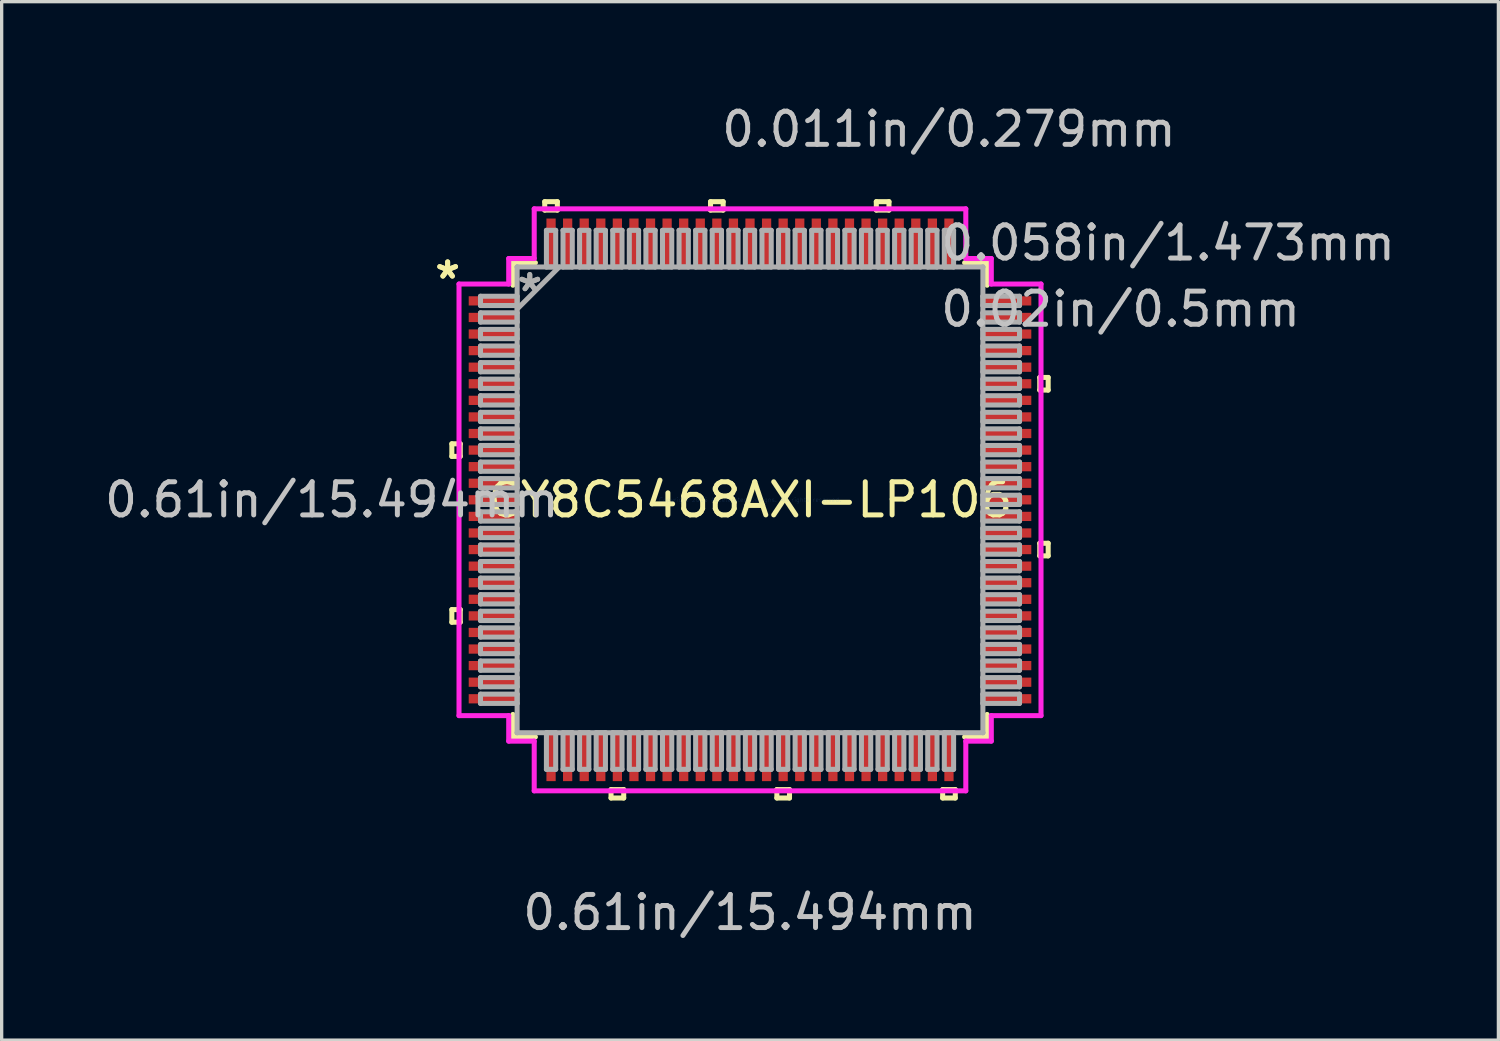
<source format=kicad_pcb>
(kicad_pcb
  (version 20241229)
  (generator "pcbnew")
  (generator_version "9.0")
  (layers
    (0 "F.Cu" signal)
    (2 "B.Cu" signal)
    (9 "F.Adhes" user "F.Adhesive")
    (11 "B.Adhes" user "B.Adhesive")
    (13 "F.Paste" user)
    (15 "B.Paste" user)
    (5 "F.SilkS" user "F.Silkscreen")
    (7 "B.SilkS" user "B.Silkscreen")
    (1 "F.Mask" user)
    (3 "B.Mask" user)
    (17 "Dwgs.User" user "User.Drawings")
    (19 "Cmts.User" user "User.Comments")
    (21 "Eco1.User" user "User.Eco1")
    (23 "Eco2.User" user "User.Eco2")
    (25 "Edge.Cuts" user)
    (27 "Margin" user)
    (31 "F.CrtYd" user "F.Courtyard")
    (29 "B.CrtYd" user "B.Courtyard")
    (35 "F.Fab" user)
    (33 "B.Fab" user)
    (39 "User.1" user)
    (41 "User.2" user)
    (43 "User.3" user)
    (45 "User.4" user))
  (footprint "CY8C5468AXI-LP106"
    (layer "F.Cu")
    (at 19.569 12.024)
    (property "Reference" "CY8C5468AXI-LP106" (at 0 0 0) (layer "F.SilkS") (effects (font (size 1 1) (thickness 0.15))))
    (attr through_hole)
    (fp_line (start -8.992 -1.69) (end -8.992 -1.31) (stroke (width 0.152) (type solid)) (layer "F.SilkS"))
    (fp_line (start -8.992 -1.31) (end -8.738 -1.31) (stroke (width 0.152) (type solid)) (layer "F.SilkS"))
    (fp_line (start -8.992 3.31) (end -8.992 3.691) (stroke (width 0.152) (type solid)) (layer "F.SilkS"))
    (fp_line (start -8.992 3.691) (end -8.738 3.691) (stroke (width 0.152) (type solid)) (layer "F.SilkS"))
    (fp_line (start -8.738 -1.69) (end -8.992 -1.69) (stroke (width 0.152) (type solid)) (layer "F.SilkS"))
    (fp_line (start -8.738 -1.31) (end -8.738 -1.69) (stroke (width 0.152) (type solid)) (layer "F.SilkS"))
    (fp_line (start -8.738 3.31) (end -8.992 3.31) (stroke (width 0.152) (type solid)) (layer "F.SilkS"))
    (fp_line (start -8.738 3.691) (end -8.738 3.31) (stroke (width 0.152) (type solid)) (layer "F.SilkS"))
    (fp_line (start -7.15 -7.15) (end -7.15 -6.472) (stroke (width 0.152) (type solid)) (layer "F.SilkS"))
    (fp_line (start -7.15 6.472) (end -7.15 7.15) (stroke (width 0.152) (type solid)) (layer "F.SilkS"))
    (fp_line (start -7.15 7.15) (end -6.472 7.15) (stroke (width 0.152) (type solid)) (layer "F.SilkS"))
    (fp_line (start -6.472 -7.15) (end -7.15 -7.15) (stroke (width 0.152) (type solid)) (layer "F.SilkS"))
    (fp_line (start -6.191 -8.992) (end -5.81 -8.992) (stroke (width 0.152) (type solid)) (layer "F.SilkS"))
    (fp_line (start -6.191 -8.738) (end -6.191 -8.992) (stroke (width 0.152) (type solid)) (layer "F.SilkS"))
    (fp_line (start -5.81 -8.992) (end -5.81 -8.738) (stroke (width 0.152) (type solid)) (layer "F.SilkS"))
    (fp_line (start -5.81 -8.738) (end -6.191 -8.738) (stroke (width 0.152) (type solid)) (layer "F.SilkS"))
    (fp_line (start -4.191 8.738) (end -4.191 8.992) (stroke (width 0.152) (type solid)) (layer "F.SilkS"))
    (fp_line (start -4.191 8.992) (end -3.809 8.992) (stroke (width 0.152) (type solid)) (layer "F.SilkS"))
    (fp_line (start -3.809 8.738) (end -4.191 8.738) (stroke (width 0.152) (type solid)) (layer "F.SilkS"))
    (fp_line (start -3.809 8.992) (end -3.809 8.738) (stroke (width 0.152) (type solid)) (layer "F.SilkS"))
    (fp_line (start -1.191 -8.992) (end -0.81 -8.992) (stroke (width 0.152) (type solid)) (layer "F.SilkS"))
    (fp_line (start -1.191 -8.738) (end -1.191 -8.992) (stroke (width 0.152) (type solid)) (layer "F.SilkS"))
    (fp_line (start -0.81 -8.992) (end -0.81 -8.738) (stroke (width 0.152) (type solid)) (layer "F.SilkS"))
    (fp_line (start -0.81 -8.738) (end -1.191 -8.738) (stroke (width 0.152) (type solid)) (layer "F.SilkS"))
    (fp_line (start 0.81 8.738) (end 0.81 8.992) (stroke (width 0.152) (type solid)) (layer "F.SilkS"))
    (fp_line (start 0.81 8.992) (end 1.191 8.992) (stroke (width 0.152) (type solid)) (layer "F.SilkS"))
    (fp_line (start 1.191 8.738) (end 0.81 8.738) (stroke (width 0.152) (type solid)) (layer "F.SilkS"))
    (fp_line (start 1.191 8.992) (end 1.191 8.738) (stroke (width 0.152) (type solid)) (layer "F.SilkS"))
    (fp_line (start 3.809 -8.992) (end 4.191 -8.992) (stroke (width 0.152) (type solid)) (layer "F.SilkS"))
    (fp_line (start 3.809 -8.738) (end 3.809 -8.992) (stroke (width 0.152) (type solid)) (layer "F.SilkS"))
    (fp_line (start 4.191 -8.992) (end 4.191 -8.738) (stroke (width 0.152) (type solid)) (layer "F.SilkS"))
    (fp_line (start 4.191 -8.738) (end 3.809 -8.738) (stroke (width 0.152) (type solid)) (layer "F.SilkS"))
    (fp_line (start 5.81 8.738) (end 5.81 8.992) (stroke (width 0.152) (type solid)) (layer "F.SilkS"))
    (fp_line (start 5.81 8.992) (end 6.191 8.992) (stroke (width 0.152) (type solid)) (layer "F.SilkS"))
    (fp_line (start 6.191 8.738) (end 5.81 8.738) (stroke (width 0.152) (type solid)) (layer "F.SilkS"))
    (fp_line (start 6.191 8.992) (end 6.191 8.738) (stroke (width 0.152) (type solid)) (layer "F.SilkS"))
    (fp_line (start 6.472 7.15) (end 7.15 7.15) (stroke (width 0.152) (type solid)) (layer "F.SilkS"))
    (fp_line (start 7.15 -7.15) (end 6.472 -7.15) (stroke (width 0.152) (type solid)) (layer "F.SilkS"))
    (fp_line (start 7.15 -6.472) (end 7.15 -7.15) (stroke (width 0.152) (type solid)) (layer "F.SilkS"))
    (fp_line (start 7.15 7.15) (end 7.15 6.472) (stroke (width 0.152) (type solid)) (layer "F.SilkS"))
    (fp_line (start 8.738 -3.691) (end 8.992 -3.691) (stroke (width 0.152) (type solid)) (layer "F.SilkS"))
    (fp_line (start 8.738 -3.31) (end 8.738 -3.691) (stroke (width 0.152) (type solid)) (layer "F.SilkS"))
    (fp_line (start 8.738 1.31) (end 8.992 1.31) (stroke (width 0.152) (type solid)) (layer "F.SilkS"))
    (fp_line (start 8.738 1.69) (end 8.738 1.31) (stroke (width 0.152) (type solid)) (layer "F.SilkS"))
    (fp_line (start 8.992 -3.691) (end 8.992 -3.31) (stroke (width 0.152) (type solid)) (layer "F.SilkS"))
    (fp_line (start 8.992 -3.31) (end 8.738 -3.31) (stroke (width 0.152) (type solid)) (layer "F.SilkS"))
    (fp_line (start 8.992 1.31) (end 8.992 1.69) (stroke (width 0.152) (type solid)) (layer "F.SilkS"))
    (fp_line (start 8.992 1.69) (end 8.738 1.69) (stroke (width 0.152) (type solid)) (layer "F.SilkS"))
    (fp_line (start -8.776 -6.508) (end -7.277 -6.508) (stroke (width 0.152) (type solid)) (layer "F.CrtYd"))
    (fp_line (start -8.776 6.508) (end -8.776 -6.508) (stroke (width 0.152) (type solid)) (layer "F.CrtYd"))
    (fp_line (start -7.277 -7.277) (end -6.508 -7.277) (stroke (width 0.152) (type solid)) (layer "F.CrtYd"))
    (fp_line (start -7.277 -6.508) (end -7.277 -7.277) (stroke (width 0.152) (type solid)) (layer "F.CrtYd"))
    (fp_line (start -7.277 6.508) (end -8.776 6.508) (stroke (width 0.152) (type solid)) (layer "F.CrtYd"))
    (fp_line (start -7.277 7.277) (end -7.277 6.508) (stroke (width 0.152) (type solid)) (layer "F.CrtYd"))
    (fp_line (start -6.508 -8.776) (end 6.508 -8.776) (stroke (width 0.152) (type solid)) (layer "F.CrtYd"))
    (fp_line (start -6.508 -7.277) (end -6.508 -8.776) (stroke (width 0.152) (type solid)) (layer "F.CrtYd"))
    (fp_line (start -6.508 7.277) (end -7.277 7.277) (stroke (width 0.152) (type solid)) (layer "F.CrtYd"))
    (fp_line (start -6.508 8.776) (end -6.508 7.277) (stroke (width 0.152) (type solid)) (layer "F.CrtYd"))
    (fp_line (start 6.508 -8.776) (end 6.508 -7.277) (stroke (width 0.152) (type solid)) (layer "F.CrtYd"))
    (fp_line (start 6.508 -7.277) (end 7.277 -7.277) (stroke (width 0.152) (type solid)) (layer "F.CrtYd"))
    (fp_line (start 6.508 7.277) (end 6.508 8.776) (stroke (width 0.152) (type solid)) (layer "F.CrtYd"))
    (fp_line (start 6.508 8.776) (end -6.508 8.776) (stroke (width 0.152) (type solid)) (layer "F.CrtYd"))
    (fp_line (start 7.277 -7.277) (end 7.277 -6.508) (stroke (width 0.152) (type solid)) (layer "F.CrtYd"))
    (fp_line (start 7.277 -6.508) (end 8.776 -6.508) (stroke (width 0.152) (type solid)) (layer "F.CrtYd"))
    (fp_line (start 7.277 6.508) (end 7.277 7.277) (stroke (width 0.152) (type solid)) (layer "F.CrtYd"))
    (fp_line (start 7.277 7.277) (end 6.508 7.277) (stroke (width 0.152) (type solid)) (layer "F.CrtYd"))
    (fp_line (start 8.776 -6.508) (end 8.776 6.508) (stroke (width 0.152) (type solid)) (layer "F.CrtYd"))
    (fp_line (start 8.776 6.508) (end 7.277 6.508) (stroke (width 0.152) (type solid)) (layer "F.CrtYd"))
    (fp_line (start -8.128 -6.14) (end -8.128 -5.86) (stroke (width 0.152) (type solid)) (layer "F.Fab"))
    (fp_line (start -8.128 -5.86) (end -7.023 -5.86) (stroke (width 0.152) (type solid)) (layer "F.Fab"))
    (fp_line (start -8.128 -5.64) (end -8.128 -5.36) (stroke (width 0.152) (type solid)) (layer "F.Fab"))
    (fp_line (start -8.128 -5.36) (end -7.023 -5.36) (stroke (width 0.152) (type solid)) (layer "F.Fab"))
    (fp_line (start -8.128 -5.14) (end -8.128 -4.86) (stroke (width 0.152) (type solid)) (layer "F.Fab"))
    (fp_line (start -8.128 -4.86) (end -7.023 -4.86) (stroke (width 0.152) (type solid)) (layer "F.Fab"))
    (fp_line (start -8.128 -4.64) (end -8.128 -4.36) (stroke (width 0.152) (type solid)) (layer "F.Fab"))
    (fp_line (start -8.128 -4.36) (end -7.023 -4.36) (stroke (width 0.152) (type solid)) (layer "F.Fab"))
    (fp_line (start -8.128 -4.14) (end -8.128 -3.86) (stroke (width 0.152) (type solid)) (layer "F.Fab"))
    (fp_line (start -8.128 -3.86) (end -7.023 -3.86) (stroke (width 0.152) (type solid)) (layer "F.Fab"))
    (fp_line (start -8.128 -3.64) (end -8.128 -3.36) (stroke (width 0.152) (type solid)) (layer "F.Fab"))
    (fp_line (start -8.128 -3.36) (end -7.023 -3.36) (stroke (width 0.152) (type solid)) (layer "F.Fab"))
    (fp_line (start -8.128 -3.14) (end -8.128 -2.86) (stroke (width 0.152) (type solid)) (layer "F.Fab"))
    (fp_line (start -8.128 -2.86) (end -7.023 -2.86) (stroke (width 0.152) (type solid)) (layer "F.Fab"))
    (fp_line (start -8.128 -2.64) (end -8.128 -2.36) (stroke (width 0.152) (type solid)) (layer "F.Fab"))
    (fp_line (start -8.128 -2.36) (end -7.023 -2.36) (stroke (width 0.152) (type solid)) (layer "F.Fab"))
    (fp_line (start -8.128 -2.14) (end -8.128 -1.86) (stroke (width 0.152) (type solid)) (layer "F.Fab"))
    (fp_line (start -8.128 -1.86) (end -7.023 -1.86) (stroke (width 0.152) (type solid)) (layer "F.Fab"))
    (fp_line (start -8.128 -1.64) (end -8.128 -1.36) (stroke (width 0.152) (type solid)) (layer "F.Fab"))
    (fp_line (start -8.128 -1.36) (end -7.023 -1.36) (stroke (width 0.152) (type solid)) (layer "F.Fab"))
    (fp_line (start -8.128 -1.14) (end -8.128 -0.86) (stroke (width 0.152) (type solid)) (layer "F.Fab"))
    (fp_line (start -8.128 -0.86) (end -7.023 -0.86) (stroke (width 0.152) (type solid)) (layer "F.Fab"))
    (fp_line (start -8.128 -0.64) (end -8.128 -0.36) (stroke (width 0.152) (type solid)) (layer "F.Fab"))
    (fp_line (start -8.128 -0.36) (end -7.023 -0.36) (stroke (width 0.152) (type solid)) (layer "F.Fab"))
    (fp_line (start -8.128 -0.14) (end -8.128 0.14) (stroke (width 0.152) (type solid)) (layer "F.Fab"))
    (fp_line (start -8.128 0.14) (end -7.023 0.14) (stroke (width 0.152) (type solid)) (layer "F.Fab"))
    (fp_line (start -8.128 0.36) (end -8.128 0.64) (stroke (width 0.152) (type solid)) (layer "F.Fab"))
    (fp_line (start -8.128 0.64) (end -7.023 0.64) (stroke (width 0.152) (type solid)) (layer "F.Fab"))
    (fp_line (start -8.128 0.86) (end -8.128 1.14) (stroke (width 0.152) (type solid)) (layer "F.Fab"))
    (fp_line (start -8.128 1.14) (end -7.023 1.14) (stroke (width 0.152) (type solid)) (layer "F.Fab"))
    (fp_line (start -8.128 1.36) (end -8.128 1.64) (stroke (width 0.152) (type solid)) (layer "F.Fab"))
    (fp_line (start -8.128 1.64) (end -7.023 1.64) (stroke (width 0.152) (type solid)) (layer "F.Fab"))
    (fp_line (start -8.128 1.86) (end -8.128 2.14) (stroke (width 0.152) (type solid)) (layer "F.Fab"))
    (fp_line (start -8.128 2.14) (end -7.023 2.14) (stroke (width 0.152) (type solid)) (layer "F.Fab"))
    (fp_line (start -8.128 2.36) (end -8.128 2.64) (stroke (width 0.152) (type solid)) (layer "F.Fab"))
    (fp_line (start -8.128 2.64) (end -7.023 2.64) (stroke (width 0.152) (type solid)) (layer "F.Fab"))
    (fp_line (start -8.128 2.86) (end -8.128 3.14) (stroke (width 0.152) (type solid)) (layer "F.Fab"))
    (fp_line (start -8.128 3.14) (end -7.023 3.14) (stroke (width 0.152) (type solid)) (layer "F.Fab"))
    (fp_line (start -8.128 3.36) (end -8.128 3.64) (stroke (width 0.152) (type solid)) (layer "F.Fab"))
    (fp_line (start -8.128 3.64) (end -7.023 3.64) (stroke (width 0.152) (type solid)) (layer "F.Fab"))
    (fp_line (start -8.128 3.86) (end -8.128 4.14) (stroke (width 0.152) (type solid)) (layer "F.Fab"))
    (fp_line (start -8.128 4.14) (end -7.023 4.14) (stroke (width 0.152) (type solid)) (layer "F.Fab"))
    (fp_line (start -8.128 4.36) (end -8.128 4.64) (stroke (width 0.152) (type solid)) (layer "F.Fab"))
    (fp_line (start -8.128 4.64) (end -7.023 4.64) (stroke (width 0.152) (type solid)) (layer "F.Fab"))
    (fp_line (start -8.128 4.86) (end -8.128 5.14) (stroke (width 0.152) (type solid)) (layer "F.Fab"))
    (fp_line (start -8.128 5.14) (end -7.023 5.14) (stroke (width 0.152) (type solid)) (layer "F.Fab"))
    (fp_line (start -8.128 5.36) (end -8.128 5.64) (stroke (width 0.152) (type solid)) (layer "F.Fab"))
    (fp_line (start -8.128 5.64) (end -7.023 5.64) (stroke (width 0.152) (type solid)) (layer "F.Fab"))
    (fp_line (start -8.128 5.86) (end -8.128 6.14) (stroke (width 0.152) (type solid)) (layer "F.Fab"))
    (fp_line (start -8.128 6.14) (end -7.023 6.14) (stroke (width 0.152) (type solid)) (layer "F.Fab"))
    (fp_line (start -7.023 -7.023) (end -7.023 -7.023) (stroke (width 0.152) (type solid)) (layer "F.Fab"))
    (fp_line (start -7.023 -7.023) (end -7.023 7.023) (stroke (width 0.152) (type solid)) (layer "F.Fab"))
    (fp_line (start -7.023 -6.14) (end -8.128 -6.14) (stroke (width 0.152) (type solid)) (layer "F.Fab"))
    (fp_line (start -7.023 -5.86) (end -7.023 -6.14) (stroke (width 0.152) (type solid)) (layer "F.Fab"))
    (fp_line (start -7.023 -5.753) (end -5.753 -7.023) (stroke (width 0.152) (type solid)) (layer "F.Fab"))
    (fp_line (start -7.023 -5.64) (end -8.128 -5.64) (stroke (width 0.152) (type solid)) (layer "F.Fab"))
    (fp_line (start -7.023 -5.36) (end -7.023 -5.64) (stroke (width 0.152) (type solid)) (layer "F.Fab"))
    (fp_line (start -7.023 -5.14) (end -8.128 -5.14) (stroke (width 0.152) (type solid)) (layer "F.Fab"))
    (fp_line (start -7.023 -4.86) (end -7.023 -5.14) (stroke (width 0.152) (type solid)) (layer "F.Fab"))
    (fp_line (start -7.023 -4.64) (end -8.128 -4.64) (stroke (width 0.152) (type solid)) (layer "F.Fab"))
    (fp_line (start -7.023 -4.36) (end -7.023 -4.64) (stroke (width 0.152) (type solid)) (layer "F.Fab"))
    (fp_line (start -7.023 -4.14) (end -8.128 -4.14) (stroke (width 0.152) (type solid)) (layer "F.Fab"))
    (fp_line (start -7.023 -3.86) (end -7.023 -4.14) (stroke (width 0.152) (type solid)) (layer "F.Fab"))
    (fp_line (start -7.023 -3.64) (end -8.128 -3.64) (stroke (width 0.152) (type solid)) (layer "F.Fab"))
    (fp_line (start -7.023 -3.36) (end -7.023 -3.64) (stroke (width 0.152) (type solid)) (layer "F.Fab"))
    (fp_line (start -7.023 -3.14) (end -8.128 -3.14) (stroke (width 0.152) (type solid)) (layer "F.Fab"))
    (fp_line (start -7.023 -2.86) (end -7.023 -3.14) (stroke (width 0.152) (type solid)) (layer "F.Fab"))
    (fp_line (start -7.023 -2.64) (end -8.128 -2.64) (stroke (width 0.152) (type solid)) (layer "F.Fab"))
    (fp_line (start -7.023 -2.36) (end -7.023 -2.64) (stroke (width 0.152) (type solid)) (layer "F.Fab"))
    (fp_line (start -7.023 -2.14) (end -8.128 -2.14) (stroke (width 0.152) (type solid)) (layer "F.Fab"))
    (fp_line (start -7.023 -1.86) (end -7.023 -2.14) (stroke (width 0.152) (type solid)) (layer "F.Fab"))
    (fp_line (start -7.023 -1.64) (end -8.128 -1.64) (stroke (width 0.152) (type solid)) (layer "F.Fab"))
    (fp_line (start -7.023 -1.36) (end -7.023 -1.64) (stroke (width 0.152) (type solid)) (layer "F.Fab"))
    (fp_line (start -7.023 -1.14) (end -8.128 -1.14) (stroke (width 0.152) (type solid)) (layer "F.Fab"))
    (fp_line (start -7.023 -0.86) (end -7.023 -1.14) (stroke (width 0.152) (type solid)) (layer "F.Fab"))
    (fp_line (start -7.023 -0.64) (end -8.128 -0.64) (stroke (width 0.152) (type solid)) (layer "F.Fab"))
    (fp_line (start -7.023 -0.36) (end -7.023 -0.64) (stroke (width 0.152) (type solid)) (layer "F.Fab"))
    (fp_line (start -7.023 -0.14) (end -8.128 -0.14) (stroke (width 0.152) (type solid)) (layer "F.Fab"))
    (fp_line (start -7.023 0.14) (end -7.023 -0.14) (stroke (width 0.152) (type solid)) (layer "F.Fab"))
    (fp_line (start -7.023 0.36) (end -8.128 0.36) (stroke (width 0.152) (type solid)) (layer "F.Fab"))
    (fp_line (start -7.023 0.64) (end -7.023 0.36) (stroke (width 0.152) (type solid)) (layer "F.Fab"))
    (fp_line (start -7.023 0.86) (end -8.128 0.86) (stroke (width 0.152) (type solid)) (layer "F.Fab"))
    (fp_line (start -7.023 1.14) (end -7.023 0.86) (stroke (width 0.152) (type solid)) (layer "F.Fab"))
    (fp_line (start -7.023 1.36) (end -8.128 1.36) (stroke (width 0.152) (type solid)) (layer "F.Fab"))
    (fp_line (start -7.023 1.64) (end -7.023 1.36) (stroke (width 0.152) (type solid)) (layer "F.Fab"))
    (fp_line (start -7.023 1.86) (end -8.128 1.86) (stroke (width 0.152) (type solid)) (layer "F.Fab"))
    (fp_line (start -7.023 2.14) (end -7.023 1.86) (stroke (width 0.152) (type solid)) (layer "F.Fab"))
    (fp_line (start -7.023 2.36) (end -8.128 2.36) (stroke (width 0.152) (type solid)) (layer "F.Fab"))
    (fp_line (start -7.023 2.64) (end -7.023 2.36) (stroke (width 0.152) (type solid)) (layer "F.Fab"))
    (fp_line (start -7.023 2.86) (end -8.128 2.86) (stroke (width 0.152) (type solid)) (layer "F.Fab"))
    (fp_line (start -7.023 3.14) (end -7.023 2.86) (stroke (width 0.152) (type solid)) (layer "F.Fab"))
    (fp_line (start -7.023 3.36) (end -8.128 3.36) (stroke (width 0.152) (type solid)) (layer "F.Fab"))
    (fp_line (start -7.023 3.64) (end -7.023 3.36) (stroke (width 0.152) (type solid)) (layer "F.Fab"))
    (fp_line (start -7.023 3.86) (end -8.128 3.86) (stroke (width 0.152) (type solid)) (layer "F.Fab"))
    (fp_line (start -7.023 4.14) (end -7.023 3.86) (stroke (width 0.152) (type solid)) (layer "F.Fab"))
    (fp_line (start -7.023 4.36) (end -8.128 4.36) (stroke (width 0.152) (type solid)) (layer "F.Fab"))
    (fp_line (start -7.023 4.64) (end -7.023 4.36) (stroke (width 0.152) (type solid)) (layer "F.Fab"))
    (fp_line (start -7.023 4.86) (end -8.128 4.86) (stroke (width 0.152) (type solid)) (layer "F.Fab"))
    (fp_line (start -7.023 5.14) (end -7.023 4.86) (stroke (width 0.152) (type solid)) (layer "F.Fab"))
    (fp_line (start -7.023 5.36) (end -8.128 5.36) (stroke (width 0.152) (type solid)) (layer "F.Fab"))
    (fp_line (start -7.023 5.64) (end -7.023 5.36) (stroke (width 0.152) (type solid)) (layer "F.Fab"))
    (fp_line (start -7.023 5.86) (end -8.128 5.86) (stroke (width 0.152) (type solid)) (layer "F.Fab"))
    (fp_line (start -7.023 6.14) (end -7.023 5.86) (stroke (width 0.152) (type solid)) (layer "F.Fab"))
    (fp_line (start -7.023 7.023) (end -7.023 7.023) (stroke (width 0.152) (type solid)) (layer "F.Fab"))
    (fp_line (start -7.023 7.023) (end 7.023 7.023) (stroke (width 0.152) (type solid)) (layer "F.Fab"))
    (fp_line (start -6.14 -8.128) (end -6.14 -7.023) (stroke (width 0.152) (type solid)) (layer "F.Fab"))
    (fp_line (start -6.14 -7.023) (end -5.86 -7.023) (stroke (width 0.152) (type solid)) (layer "F.Fab"))
    (fp_line (start -6.14 7.023) (end -6.14 8.128) (stroke (width 0.152) (type solid)) (layer "F.Fab"))
    (fp_line (start -6.14 8.128) (end -5.86 8.128) (stroke (width 0.152) (type solid)) (layer "F.Fab"))
    (fp_line (start -5.86 -8.128) (end -6.14 -8.128) (stroke (width 0.152) (type solid)) (layer "F.Fab"))
    (fp_line (start -5.86 -7.023) (end -5.86 -8.128) (stroke (width 0.152) (type solid)) (layer "F.Fab"))
    (fp_line (start -5.86 7.023) (end -6.14 7.023) (stroke (width 0.152) (type solid)) (layer "F.Fab"))
    (fp_line (start -5.86 8.128) (end -5.86 7.023) (stroke (width 0.152) (type solid)) (layer "F.Fab"))
    (fp_line (start -5.64 -8.128) (end -5.64 -7.023) (stroke (width 0.152) (type solid)) (layer "F.Fab"))
    (fp_line (start -5.64 -7.023) (end -5.36 -7.023) (stroke (width 0.152) (type solid)) (layer "F.Fab"))
    (fp_line (start -5.64 7.023) (end -5.64 8.128) (stroke (width 0.152) (type solid)) (layer "F.Fab"))
    (fp_line (start -5.64 8.128) (end -5.36 8.128) (stroke (width 0.152) (type solid)) (layer "F.Fab"))
    (fp_line (start -5.36 -8.128) (end -5.64 -8.128) (stroke (width 0.152) (type solid)) (layer "F.Fab"))
    (fp_line (start -5.36 -7.023) (end -5.36 -8.128) (stroke (width 0.152) (type solid)) (layer "F.Fab"))
    (fp_line (start -5.36 7.023) (end -5.64 7.023) (stroke (width 0.152) (type solid)) (layer "F.Fab"))
    (fp_line (start -5.36 8.128) (end -5.36 7.023) (stroke (width 0.152) (type solid)) (layer "F.Fab"))
    (fp_line (start -5.14 -8.128) (end -5.14 -7.023) (stroke (width 0.152) (type solid)) (layer "F.Fab"))
    (fp_line (start -5.14 -7.023) (end -4.86 -7.023) (stroke (width 0.152) (type solid)) (layer "F.Fab"))
    (fp_line (start -5.14 7.023) (end -5.14 8.128) (stroke (width 0.152) (type solid)) (layer "F.Fab"))
    (fp_line (start -5.14 8.128) (end -4.86 8.128) (stroke (width 0.152) (type solid)) (layer "F.Fab"))
    (fp_line (start -4.86 -8.128) (end -5.14 -8.128) (stroke (width 0.152) (type solid)) (layer "F.Fab"))
    (fp_line (start -4.86 -7.023) (end -4.86 -8.128) (stroke (width 0.152) (type solid)) (layer "F.Fab"))
    (fp_line (start -4.86 7.023) (end -5.14 7.023) (stroke (width 0.152) (type solid)) (layer "F.Fab"))
    (fp_line (start -4.86 8.128) (end -4.86 7.023) (stroke (width 0.152) (type solid)) (layer "F.Fab"))
    (fp_line (start -4.64 -8.128) (end -4.64 -7.023) (stroke (width 0.152) (type solid)) (layer "F.Fab"))
    (fp_line (start -4.64 -7.023) (end -4.36 -7.023) (stroke (width 0.152) (type solid)) (layer "F.Fab"))
    (fp_line (start -4.64 7.023) (end -4.64 8.128) (stroke (width 0.152) (type solid)) (layer "F.Fab"))
    (fp_line (start -4.64 8.128) (end -4.36 8.128) (stroke (width 0.152) (type solid)) (layer "F.Fab"))
    (fp_line (start -4.36 -8.128) (end -4.64 -8.128) (stroke (width 0.152) (type solid)) (layer "F.Fab"))
    (fp_line (start -4.36 -7.023) (end -4.36 -8.128) (stroke (width 0.152) (type solid)) (layer "F.Fab"))
    (fp_line (start -4.36 7.023) (end -4.64 7.023) (stroke (width 0.152) (type solid)) (layer "F.Fab"))
    (fp_line (start -4.36 8.128) (end -4.36 7.023) (stroke (width 0.152) (type solid)) (layer "F.Fab"))
    (fp_line (start -4.14 -8.128) (end -4.14 -7.023) (stroke (width 0.152) (type solid)) (layer "F.Fab"))
    (fp_line (start -4.14 -7.023) (end -3.86 -7.023) (stroke (width 0.152) (type solid)) (layer "F.Fab"))
    (fp_line (start -4.14 7.023) (end -4.14 8.128) (stroke (width 0.152) (type solid)) (layer "F.Fab"))
    (fp_line (start -4.14 8.128) (end -3.86 8.128) (stroke (width 0.152) (type solid)) (layer "F.Fab"))
    (fp_line (start -3.86 -8.128) (end -4.14 -8.128) (stroke (width 0.152) (type solid)) (layer "F.Fab"))
    (fp_line (start -3.86 -7.023) (end -3.86 -8.128) (stroke (width 0.152) (type solid)) (layer "F.Fab"))
    (fp_line (start -3.86 7.023) (end -4.14 7.023) (stroke (width 0.152) (type solid)) (layer "F.Fab"))
    (fp_line (start -3.86 8.128) (end -3.86 7.023) (stroke (width 0.152) (type solid)) (layer "F.Fab"))
    (fp_line (start -3.64 -8.128) (end -3.64 -7.023) (stroke (width 0.152) (type solid)) (layer "F.Fab"))
    (fp_line (start -3.64 -7.023) (end -3.36 -7.023) (stroke (width 0.152) (type solid)) (layer "F.Fab"))
    (fp_line (start -3.64 7.023) (end -3.64 8.128) (stroke (width 0.152) (type solid)) (layer "F.Fab"))
    (fp_line (start -3.64 8.128) (end -3.36 8.128) (stroke (width 0.152) (type solid)) (layer "F.Fab"))
    (fp_line (start -3.36 -8.128) (end -3.64 -8.128) (stroke (width 0.152) (type solid)) (layer "F.Fab"))
    (fp_line (start -3.36 -7.023) (end -3.36 -8.128) (stroke (width 0.152) (type solid)) (layer "F.Fab"))
    (fp_line (start -3.36 7.023) (end -3.64 7.023) (stroke (width 0.152) (type solid)) (layer "F.Fab"))
    (fp_line (start -3.36 8.128) (end -3.36 7.023) (stroke (width 0.152) (type solid)) (layer "F.Fab"))
    (fp_line (start -3.14 -8.128) (end -3.14 -7.023) (stroke (width 0.152) (type solid)) (layer "F.Fab"))
    (fp_line (start -3.14 -7.023) (end -2.86 -7.023) (stroke (width 0.152) (type solid)) (layer "F.Fab"))
    (fp_line (start -3.14 7.023) (end -3.14 8.128) (stroke (width 0.152) (type solid)) (layer "F.Fab"))
    (fp_line (start -3.14 8.128) (end -2.86 8.128) (stroke (width 0.152) (type solid)) (layer "F.Fab"))
    (fp_line (start -2.86 -8.128) (end -3.14 -8.128) (stroke (width 0.152) (type solid)) (layer "F.Fab"))
    (fp_line (start -2.86 -7.023) (end -2.86 -8.128) (stroke (width 0.152) (type solid)) (layer "F.Fab"))
    (fp_line (start -2.86 7.023) (end -3.14 7.023) (stroke (width 0.152) (type solid)) (layer "F.Fab"))
    (fp_line (start -2.86 8.128) (end -2.86 7.023) (stroke (width 0.152) (type solid)) (layer "F.Fab"))
    (fp_line (start -2.64 -8.128) (end -2.64 -7.023) (stroke (width 0.152) (type solid)) (layer "F.Fab"))
    (fp_line (start -2.64 -7.023) (end -2.36 -7.023) (stroke (width 0.152) (type solid)) (layer "F.Fab"))
    (fp_line (start -2.64 7.023) (end -2.64 8.128) (stroke (width 0.152) (type solid)) (layer "F.Fab"))
    (fp_line (start -2.64 8.128) (end -2.36 8.128) (stroke (width 0.152) (type solid)) (layer "F.Fab"))
    (fp_line (start -2.36 -8.128) (end -2.64 -8.128) (stroke (width 0.152) (type solid)) (layer "F.Fab"))
    (fp_line (start -2.36 -7.023) (end -2.36 -8.128) (stroke (width 0.152) (type solid)) (layer "F.Fab"))
    (fp_line (start -2.36 7.023) (end -2.64 7.023) (stroke (width 0.152) (type solid)) (layer "F.Fab"))
    (fp_line (start -2.36 8.128) (end -2.36 7.023) (stroke (width 0.152) (type solid)) (layer "F.Fab"))
    (fp_line (start -2.14 -8.128) (end -2.14 -7.023) (stroke (width 0.152) (type solid)) (layer "F.Fab"))
    (fp_line (start -2.14 -7.023) (end -1.86 -7.023) (stroke (width 0.152) (type solid)) (layer "F.Fab"))
    (fp_line (start -2.14 7.023) (end -2.14 8.128) (stroke (width 0.152) (type solid)) (layer "F.Fab"))
    (fp_line (start -2.14 8.128) (end -1.86 8.128) (stroke (width 0.152) (type solid)) (layer "F.Fab"))
    (fp_line (start -1.86 -8.128) (end -2.14 -8.128) (stroke (width 0.152) (type solid)) (layer "F.Fab"))
    (fp_line (start -1.86 -7.023) (end -1.86 -8.128) (stroke (width 0.152) (type solid)) (layer "F.Fab"))
    (fp_line (start -1.86 7.023) (end -2.14 7.023) (stroke (width 0.152) (type solid)) (layer "F.Fab"))
    (fp_line (start -1.86 8.128) (end -1.86 7.023) (stroke (width 0.152) (type solid)) (layer "F.Fab"))
    (fp_line (start -1.64 -8.128) (end -1.64 -7.023) (stroke (width 0.152) (type solid)) (layer "F.Fab"))
    (fp_line (start -1.64 -7.023) (end -1.36 -7.023) (stroke (width 0.152) (type solid)) (layer "F.Fab"))
    (fp_line (start -1.64 7.023) (end -1.64 8.128) (stroke (width 0.152) (type solid)) (layer "F.Fab"))
    (fp_line (start -1.64 8.128) (end -1.36 8.128) (stroke (width 0.152) (type solid)) (layer "F.Fab"))
    (fp_line (start -1.36 -8.128) (end -1.64 -8.128) (stroke (width 0.152) (type solid)) (layer "F.Fab"))
    (fp_line (start -1.36 -7.023) (end -1.36 -8.128) (stroke (width 0.152) (type solid)) (layer "F.Fab"))
    (fp_line (start -1.36 7.023) (end -1.64 7.023) (stroke (width 0.152) (type solid)) (layer "F.Fab"))
    (fp_line (start -1.36 8.128) (end -1.36 7.023) (stroke (width 0.152) (type solid)) (layer "F.Fab"))
    (fp_line (start -1.14 -8.128) (end -1.14 -7.023) (stroke (width 0.152) (type solid)) (layer "F.Fab"))
    (fp_line (start -1.14 -7.023) (end -0.86 -7.023) (stroke (width 0.152) (type solid)) (layer "F.Fab"))
    (fp_line (start -1.14 7.023) (end -1.14 8.128) (stroke (width 0.152) (type solid)) (layer "F.Fab"))
    (fp_line (start -1.14 8.128) (end -0.86 8.128) (stroke (width 0.152) (type solid)) (layer "F.Fab"))
    (fp_line (start -0.86 -8.128) (end -1.14 -8.128) (stroke (width 0.152) (type solid)) (layer "F.Fab"))
    (fp_line (start -0.86 -7.023) (end -0.86 -8.128) (stroke (width 0.152) (type solid)) (layer "F.Fab"))
    (fp_line (start -0.86 7.023) (end -1.14 7.023) (stroke (width 0.152) (type solid)) (layer "F.Fab"))
    (fp_line (start -0.86 8.128) (end -0.86 7.023) (stroke (width 0.152) (type solid)) (layer "F.Fab"))
    (fp_line (start -0.64 -8.128) (end -0.64 -7.023) (stroke (width 0.152) (type solid)) (layer "F.Fab"))
    (fp_line (start -0.64 -7.023) (end -0.36 -7.023) (stroke (width 0.152) (type solid)) (layer "F.Fab"))
    (fp_line (start -0.64 7.023) (end -0.64 8.128) (stroke (width 0.152) (type solid)) (layer "F.Fab"))
    (fp_line (start -0.64 8.128) (end -0.36 8.128) (stroke (width 0.152) (type solid)) (layer "F.Fab"))
    (fp_line (start -0.36 -8.128) (end -0.64 -8.128) (stroke (width 0.152) (type solid)) (layer "F.Fab"))
    (fp_line (start -0.36 -7.023) (end -0.36 -8.128) (stroke (width 0.152) (type solid)) (layer "F.Fab"))
    (fp_line (start -0.36 7.023) (end -0.64 7.023) (stroke (width 0.152) (type solid)) (layer "F.Fab"))
    (fp_line (start -0.36 8.128) (end -0.36 7.023) (stroke (width 0.152) (type solid)) (layer "F.Fab"))
    (fp_line (start -0.14 -8.128) (end -0.14 -7.023) (stroke (width 0.152) (type solid)) (layer "F.Fab"))
    (fp_line (start -0.14 -7.023) (end 0.14 -7.023) (stroke (width 0.152) (type solid)) (layer "F.Fab"))
    (fp_line (start -0.14 7.023) (end -0.14 8.128) (stroke (width 0.152) (type solid)) (layer "F.Fab"))
    (fp_line (start -0.14 8.128) (end 0.14 8.128) (stroke (width 0.152) (type solid)) (layer "F.Fab"))
    (fp_line (start 0.14 -8.128) (end -0.14 -8.128) (stroke (width 0.152) (type solid)) (layer "F.Fab"))
    (fp_line (start 0.14 -7.023) (end 0.14 -8.128) (stroke (width 0.152) (type solid)) (layer "F.Fab"))
    (fp_line (start 0.14 7.023) (end -0.14 7.023) (stroke (width 0.152) (type solid)) (layer "F.Fab"))
    (fp_line (start 0.14 8.128) (end 0.14 7.023) (stroke (width 0.152) (type solid)) (layer "F.Fab"))
    (fp_line (start 0.36 -8.128) (end 0.36 -7.023) (stroke (width 0.152) (type solid)) (layer "F.Fab"))
    (fp_line (start 0.36 -7.023) (end 0.64 -7.023) (stroke (width 0.152) (type solid)) (layer "F.Fab"))
    (fp_line (start 0.36 7.023) (end 0.36 8.128) (stroke (width 0.152) (type solid)) (layer "F.Fab"))
    (fp_line (start 0.36 8.128) (end 0.64 8.128) (stroke (width 0.152) (type solid)) (layer "F.Fab"))
    (fp_line (start 0.64 -8.128) (end 0.36 -8.128) (stroke (width 0.152) (type solid)) (layer "F.Fab"))
    (fp_line (start 0.64 -7.023) (end 0.64 -8.128) (stroke (width 0.152) (type solid)) (layer "F.Fab"))
    (fp_line (start 0.64 7.023) (end 0.36 7.023) (stroke (width 0.152) (type solid)) (layer "F.Fab"))
    (fp_line (start 0.64 8.128) (end 0.64 7.023) (stroke (width 0.152) (type solid)) (layer "F.Fab"))
    (fp_line (start 0.86 -8.128) (end 0.86 -7.023) (stroke (width 0.152) (type solid)) (layer "F.Fab"))
    (fp_line (start 0.86 -7.023) (end 1.14 -7.023) (stroke (width 0.152) (type solid)) (layer "F.Fab"))
    (fp_line (start 0.86 7.023) (end 0.86 8.128) (stroke (width 0.152) (type solid)) (layer "F.Fab"))
    (fp_line (start 0.86 8.128) (end 1.14 8.128) (stroke (width 0.152) (type solid)) (layer "F.Fab"))
    (fp_line (start 1.14 -8.128) (end 0.86 -8.128) (stroke (width 0.152) (type solid)) (layer "F.Fab"))
    (fp_line (start 1.14 -7.023) (end 1.14 -8.128) (stroke (width 0.152) (type solid)) (layer "F.Fab"))
    (fp_line (start 1.14 7.023) (end 0.86 7.023) (stroke (width 0.152) (type solid)) (layer "F.Fab"))
    (fp_line (start 1.14 8.128) (end 1.14 7.023) (stroke (width 0.152) (type solid)) (layer "F.Fab"))
    (fp_line (start 1.36 -8.128) (end 1.36 -7.023) (stroke (width 0.152) (type solid)) (layer "F.Fab"))
    (fp_line (start 1.36 -7.023) (end 1.64 -7.023) (stroke (width 0.152) (type solid)) (layer "F.Fab"))
    (fp_line (start 1.36 7.023) (end 1.36 8.128) (stroke (width 0.152) (type solid)) (layer "F.Fab"))
    (fp_line (start 1.36 8.128) (end 1.64 8.128) (stroke (width 0.152) (type solid)) (layer "F.Fab"))
    (fp_line (start 1.64 -8.128) (end 1.36 -8.128) (stroke (width 0.152) (type solid)) (layer "F.Fab"))
    (fp_line (start 1.64 -7.023) (end 1.64 -8.128) (stroke (width 0.152) (type solid)) (layer "F.Fab"))
    (fp_line (start 1.64 7.023) (end 1.36 7.023) (stroke (width 0.152) (type solid)) (layer "F.Fab"))
    (fp_line (start 1.64 8.128) (end 1.64 7.023) (stroke (width 0.152) (type solid)) (layer "F.Fab"))
    (fp_line (start 1.86 -8.128) (end 1.86 -7.023) (stroke (width 0.152) (type solid)) (layer "F.Fab"))
    (fp_line (start 1.86 -7.023) (end 2.14 -7.023) (stroke (width 0.152) (type solid)) (layer "F.Fab"))
    (fp_line (start 1.86 7.023) (end 1.86 8.128) (stroke (width 0.152) (type solid)) (layer "F.Fab"))
    (fp_line (start 1.86 8.128) (end 2.14 8.128) (stroke (width 0.152) (type solid)) (layer "F.Fab"))
    (fp_line (start 2.14 -8.128) (end 1.86 -8.128) (stroke (width 0.152) (type solid)) (layer "F.Fab"))
    (fp_line (start 2.14 -7.023) (end 2.14 -8.128) (stroke (width 0.152) (type solid)) (layer "F.Fab"))
    (fp_line (start 2.14 7.023) (end 1.86 7.023) (stroke (width 0.152) (type solid)) (layer "F.Fab"))
    (fp_line (start 2.14 8.128) (end 2.14 7.023) (stroke (width 0.152) (type solid)) (layer "F.Fab"))
    (fp_line (start 2.36 -8.128) (end 2.36 -7.023) (stroke (width 0.152) (type solid)) (layer "F.Fab"))
    (fp_line (start 2.36 -7.023) (end 2.64 -7.023) (stroke (width 0.152) (type solid)) (layer "F.Fab"))
    (fp_line (start 2.36 7.023) (end 2.36 8.128) (stroke (width 0.152) (type solid)) (layer "F.Fab"))
    (fp_line (start 2.36 8.128) (end 2.64 8.128) (stroke (width 0.152) (type solid)) (layer "F.Fab"))
    (fp_line (start 2.64 -8.128) (end 2.36 -8.128) (stroke (width 0.152) (type solid)) (layer "F.Fab"))
    (fp_line (start 2.64 -7.023) (end 2.64 -8.128) (stroke (width 0.152) (type solid)) (layer "F.Fab"))
    (fp_line (start 2.64 7.023) (end 2.36 7.023) (stroke (width 0.152) (type solid)) (layer "F.Fab"))
    (fp_line (start 2.64 8.128) (end 2.64 7.023) (stroke (width 0.152) (type solid)) (layer "F.Fab"))
    (fp_line (start 2.86 -8.128) (end 2.86 -7.023) (stroke (width 0.152) (type solid)) (layer "F.Fab"))
    (fp_line (start 2.86 -7.023) (end 3.14 -7.023) (stroke (width 0.152) (type solid)) (layer "F.Fab"))
    (fp_line (start 2.86 7.023) (end 2.86 8.128) (stroke (width 0.152) (type solid)) (layer "F.Fab"))
    (fp_line (start 2.86 8.128) (end 3.14 8.128) (stroke (width 0.152) (type solid)) (layer "F.Fab"))
    (fp_line (start 3.14 -8.128) (end 2.86 -8.128) (stroke (width 0.152) (type solid)) (layer "F.Fab"))
    (fp_line (start 3.14 -7.023) (end 3.14 -8.128) (stroke (width 0.152) (type solid)) (layer "F.Fab"))
    (fp_line (start 3.14 7.023) (end 2.86 7.023) (stroke (width 0.152) (type solid)) (layer "F.Fab"))
    (fp_line (start 3.14 8.128) (end 3.14 7.023) (stroke (width 0.152) (type solid)) (layer "F.Fab"))
    (fp_line (start 3.36 -8.128) (end 3.36 -7.023) (stroke (width 0.152) (type solid)) (layer "F.Fab"))
    (fp_line (start 3.36 -7.023) (end 3.64 -7.023) (stroke (width 0.152) (type solid)) (layer "F.Fab"))
    (fp_line (start 3.36 7.023) (end 3.36 8.128) (stroke (width 0.152) (type solid)) (layer "F.Fab"))
    (fp_line (start 3.36 8.128) (end 3.64 8.128) (stroke (width 0.152) (type solid)) (layer "F.Fab"))
    (fp_line (start 3.64 -8.128) (end 3.36 -8.128) (stroke (width 0.152) (type solid)) (layer "F.Fab"))
    (fp_line (start 3.64 -7.023) (end 3.64 -8.128) (stroke (width 0.152) (type solid)) (layer "F.Fab"))
    (fp_line (start 3.64 7.023) (end 3.36 7.023) (stroke (width 0.152) (type solid)) (layer "F.Fab"))
    (fp_line (start 3.64 8.128) (end 3.64 7.023) (stroke (width 0.152) (type solid)) (layer "F.Fab"))
    (fp_line (start 3.86 -8.128) (end 3.86 -7.023) (stroke (width 0.152) (type solid)) (layer "F.Fab"))
    (fp_line (start 3.86 -7.023) (end 4.14 -7.023) (stroke (width 0.152) (type solid)) (layer "F.Fab"))
    (fp_line (start 3.86 7.023) (end 3.86 8.128) (stroke (width 0.152) (type solid)) (layer "F.Fab"))
    (fp_line (start 3.86 8.128) (end 4.14 8.128) (stroke (width 0.152) (type solid)) (layer "F.Fab"))
    (fp_line (start 4.14 -8.128) (end 3.86 -8.128) (stroke (width 0.152) (type solid)) (layer "F.Fab"))
    (fp_line (start 4.14 -7.023) (end 4.14 -8.128) (stroke (width 0.152) (type solid)) (layer "F.Fab"))
    (fp_line (start 4.14 7.023) (end 3.86 7.023) (stroke (width 0.152) (type solid)) (layer "F.Fab"))
    (fp_line (start 4.14 8.128) (end 4.14 7.023) (stroke (width 0.152) (type solid)) (layer "F.Fab"))
    (fp_line (start 4.36 -8.128) (end 4.36 -7.023) (stroke (width 0.152) (type solid)) (layer "F.Fab"))
    (fp_line (start 4.36 -7.023) (end 4.64 -7.023) (stroke (width 0.152) (type solid)) (layer "F.Fab"))
    (fp_line (start 4.36 7.023) (end 4.36 8.128) (stroke (width 0.152) (type solid)) (layer "F.Fab"))
    (fp_line (start 4.36 8.128) (end 4.64 8.128) (stroke (width 0.152) (type solid)) (layer "F.Fab"))
    (fp_line (start 4.64 -8.128) (end 4.36 -8.128) (stroke (width 0.152) (type solid)) (layer "F.Fab"))
    (fp_line (start 4.64 -7.023) (end 4.64 -8.128) (stroke (width 0.152) (type solid)) (layer "F.Fab"))
    (fp_line (start 4.64 7.023) (end 4.36 7.023) (stroke (width 0.152) (type solid)) (layer "F.Fab"))
    (fp_line (start 4.64 8.128) (end 4.64 7.023) (stroke (width 0.152) (type solid)) (layer "F.Fab"))
    (fp_line (start 4.86 -8.128) (end 4.86 -7.023) (stroke (width 0.152) (type solid)) (layer "F.Fab"))
    (fp_line (start 4.86 -7.023) (end 5.14 -7.023) (stroke (width 0.152) (type solid)) (layer "F.Fab"))
    (fp_line (start 4.86 7.023) (end 4.86 8.128) (stroke (width 0.152) (type solid)) (layer "F.Fab"))
    (fp_line (start 4.86 8.128) (end 5.14 8.128) (stroke (width 0.152) (type solid)) (layer "F.Fab"))
    (fp_line (start 5.14 -8.128) (end 4.86 -8.128) (stroke (width 0.152) (type solid)) (layer "F.Fab"))
    (fp_line (start 5.14 -7.023) (end 5.14 -8.128) (stroke (width 0.152) (type solid)) (layer "F.Fab"))
    (fp_line (start 5.14 7.023) (end 4.86 7.023) (stroke (width 0.152) (type solid)) (layer "F.Fab"))
    (fp_line (start 5.14 8.128) (end 5.14 7.023) (stroke (width 0.152) (type solid)) (layer "F.Fab"))
    (fp_line (start 5.36 -8.128) (end 5.36 -7.023) (stroke (width 0.152) (type solid)) (layer "F.Fab"))
    (fp_line (start 5.36 -7.023) (end 5.64 -7.023) (stroke (width 0.152) (type solid)) (layer "F.Fab"))
    (fp_line (start 5.36 7.023) (end 5.36 8.128) (stroke (width 0.152) (type solid)) (layer "F.Fab"))
    (fp_line (start 5.36 8.128) (end 5.64 8.128) (stroke (width 0.152) (type solid)) (layer "F.Fab"))
    (fp_line (start 5.64 -8.128) (end 5.36 -8.128) (stroke (width 0.152) (type solid)) (layer "F.Fab"))
    (fp_line (start 5.64 -7.023) (end 5.64 -8.128) (stroke (width 0.152) (type solid)) (layer "F.Fab"))
    (fp_line (start 5.64 7.023) (end 5.36 7.023) (stroke (width 0.152) (type solid)) (layer "F.Fab"))
    (fp_line (start 5.64 8.128) (end 5.64 7.023) (stroke (width 0.152) (type solid)) (layer "F.Fab"))
    (fp_line (start 5.86 -8.128) (end 5.86 -7.023) (stroke (width 0.152) (type solid)) (layer "F.Fab"))
    (fp_line (start 5.86 -7.023) (end 6.14 -7.023) (stroke (width 0.152) (type solid)) (layer "F.Fab"))
    (fp_line (start 5.86 7.023) (end 5.86 8.128) (stroke (width 0.152) (type solid)) (layer "F.Fab"))
    (fp_line (start 5.86 8.128) (end 6.14 8.128) (stroke (width 0.152) (type solid)) (layer "F.Fab"))
    (fp_line (start 6.14 -8.128) (end 5.86 -8.128) (stroke (width 0.152) (type solid)) (layer "F.Fab"))
    (fp_line (start 6.14 -7.023) (end 6.14 -8.128) (stroke (width 0.152) (type solid)) (layer "F.Fab"))
    (fp_line (start 6.14 7.023) (end 5.86 7.023) (stroke (width 0.152) (type solid)) (layer "F.Fab"))
    (fp_line (start 6.14 8.128) (end 6.14 7.023) (stroke (width 0.152) (type solid)) (layer "F.Fab"))
    (fp_line (start 7.023 -7.023) (end -7.023 -7.023) (stroke (width 0.152) (type solid)) (layer "F.Fab"))
    (fp_line (start 7.023 -7.023) (end 7.023 -7.023) (stroke (width 0.152) (type solid)) (layer "F.Fab"))
    (fp_line (start 7.023 -6.14) (end 7.023 -5.86) (stroke (width 0.152) (type solid)) (layer "F.Fab"))
    (fp_line (start 7.023 -5.86) (end 8.128 -5.86) (stroke (width 0.152) (type solid)) (layer "F.Fab"))
    (fp_line (start 7.023 -5.64) (end 7.023 -5.36) (stroke (width 0.152) (type solid)) (layer "F.Fab"))
    (fp_line (start 7.023 -5.36) (end 8.128 -5.36) (stroke (width 0.152) (type solid)) (layer "F.Fab"))
    (fp_line (start 7.023 -5.14) (end 7.023 -4.86) (stroke (width 0.152) (type solid)) (layer "F.Fab"))
    (fp_line (start 7.023 -4.86) (end 8.128 -4.86) (stroke (width 0.152) (type solid)) (layer "F.Fab"))
    (fp_line (start 7.023 -4.64) (end 7.023 -4.36) (stroke (width 0.152) (type solid)) (layer "F.Fab"))
    (fp_line (start 7.023 -4.36) (end 8.128 -4.36) (stroke (width 0.152) (type solid)) (layer "F.Fab"))
    (fp_line (start 7.023 -4.14) (end 7.023 -3.86) (stroke (width 0.152) (type solid)) (layer "F.Fab"))
    (fp_line (start 7.023 -3.86) (end 8.128 -3.86) (stroke (width 0.152) (type solid)) (layer "F.Fab"))
    (fp_line (start 7.023 -3.64) (end 7.023 -3.36) (stroke (width 0.152) (type solid)) (layer "F.Fab"))
    (fp_line (start 7.023 -3.36) (end 8.128 -3.36) (stroke (width 0.152) (type solid)) (layer "F.Fab"))
    (fp_line (start 7.023 -3.14) (end 7.023 -2.86) (stroke (width 0.152) (type solid)) (layer "F.Fab"))
    (fp_line (start 7.023 -2.86) (end 8.128 -2.86) (stroke (width 0.152) (type solid)) (layer "F.Fab"))
    (fp_line (start 7.023 -2.64) (end 7.023 -2.36) (stroke (width 0.152) (type solid)) (layer "F.Fab"))
    (fp_line (start 7.023 -2.36) (end 8.128 -2.36) (stroke (width 0.152) (type solid)) (layer "F.Fab"))
    (fp_line (start 7.023 -2.14) (end 7.023 -1.86) (stroke (width 0.152) (type solid)) (layer "F.Fab"))
    (fp_line (start 7.023 -1.86) (end 8.128 -1.86) (stroke (width 0.152) (type solid)) (layer "F.Fab"))
    (fp_line (start 7.023 -1.64) (end 7.023 -1.36) (stroke (width 0.152) (type solid)) (layer "F.Fab"))
    (fp_line (start 7.023 -1.36) (end 8.128 -1.36) (stroke (width 0.152) (type solid)) (layer "F.Fab"))
    (fp_line (start 7.023 -1.14) (end 7.023 -0.86) (stroke (width 0.152) (type solid)) (layer "F.Fab"))
    (fp_line (start 7.023 -0.86) (end 8.128 -0.86) (stroke (width 0.152) (type solid)) (layer "F.Fab"))
    (fp_line (start 7.023 -0.64) (end 7.023 -0.36) (stroke (width 0.152) (type solid)) (layer "F.Fab"))
    (fp_line (start 7.023 -0.36) (end 8.128 -0.36) (stroke (width 0.152) (type solid)) (layer "F.Fab"))
    (fp_line (start 7.023 -0.14) (end 7.023 0.14) (stroke (width 0.152) (type solid)) (layer "F.Fab"))
    (fp_line (start 7.023 0.14) (end 8.128 0.14) (stroke (width 0.152) (type solid)) (layer "F.Fab"))
    (fp_line (start 7.023 0.36) (end 7.023 0.64) (stroke (width 0.152) (type solid)) (layer "F.Fab"))
    (fp_line (start 7.023 0.64) (end 8.128 0.64) (stroke (width 0.152) (type solid)) (layer "F.Fab"))
    (fp_line (start 7.023 0.86) (end 7.023 1.14) (stroke (width 0.152) (type solid)) (layer "F.Fab"))
    (fp_line (start 7.023 1.14) (end 8.128 1.14) (stroke (width 0.152) (type solid)) (layer "F.Fab"))
    (fp_line (start 7.023 1.36) (end 7.023 1.64) (stroke (width 0.152) (type solid)) (layer "F.Fab"))
    (fp_line (start 7.023 1.64) (end 8.128 1.64) (stroke (width 0.152) (type solid)) (layer "F.Fab"))
    (fp_line (start 7.023 1.86) (end 7.023 2.14) (stroke (width 0.152) (type solid)) (layer "F.Fab"))
    (fp_line (start 7.023 2.14) (end 8.128 2.14) (stroke (width 0.152) (type solid)) (layer "F.Fab"))
    (fp_line (start 7.023 2.36) (end 7.023 2.64) (stroke (width 0.152) (type solid)) (layer "F.Fab"))
    (fp_line (start 7.023 2.64) (end 8.128 2.64) (stroke (width 0.152) (type solid)) (layer "F.Fab"))
    (fp_line (start 7.023 2.86) (end 7.023 3.14) (stroke (width 0.152) (type solid)) (layer "F.Fab"))
    (fp_line (start 7.023 3.14) (end 8.128 3.14) (stroke (width 0.152) (type solid)) (layer "F.Fab"))
    (fp_line (start 7.023 3.36) (end 7.023 3.64) (stroke (width 0.152) (type solid)) (layer "F.Fab"))
    (fp_line (start 7.023 3.64) (end 8.128 3.64) (stroke (width 0.152) (type solid)) (layer "F.Fab"))
    (fp_line (start 7.023 3.86) (end 7.023 4.14) (stroke (width 0.152) (type solid)) (layer "F.Fab"))
    (fp_line (start 7.023 4.14) (end 8.128 4.14) (stroke (width 0.152) (type solid)) (layer "F.Fab"))
    (fp_line (start 7.023 4.36) (end 7.023 4.64) (stroke (width 0.152) (type solid)) (layer "F.Fab"))
    (fp_line (start 7.023 4.64) (end 8.128 4.64) (stroke (width 0.152) (type solid)) (layer "F.Fab"))
    (fp_line (start 7.023 4.86) (end 7.023 5.14) (stroke (width 0.152) (type solid)) (layer "F.Fab"))
    (fp_line (start 7.023 5.14) (end 8.128 5.14) (stroke (width 0.152) (type solid)) (layer "F.Fab"))
    (fp_line (start 7.023 5.36) (end 7.023 5.64) (stroke (width 0.152) (type solid)) (layer "F.Fab"))
    (fp_line (start 7.023 5.64) (end 8.128 5.64) (stroke (width 0.152) (type solid)) (layer "F.Fab"))
    (fp_line (start 7.023 5.86) (end 7.023 6.14) (stroke (width 0.152) (type solid)) (layer "F.Fab"))
    (fp_line (start 7.023 6.14) (end 8.128 6.14) (stroke (width 0.152) (type solid)) (layer "F.Fab"))
    (fp_line (start 7.023 7.023) (end 7.023 -7.023) (stroke (width 0.152) (type solid)) (layer "F.Fab"))
    (fp_line (start 7.023 7.023) (end 7.023 7.023) (stroke (width 0.152) (type solid)) (layer "F.Fab"))
    (fp_line (start 8.128 -6.14) (end 7.023 -6.14) (stroke (width 0.152) (type solid)) (layer "F.Fab"))
    (fp_line (start 8.128 -5.86) (end 8.128 -6.14) (stroke (width 0.152) (type solid)) (layer "F.Fab"))
    (fp_line (start 8.128 -5.64) (end 7.023 -5.64) (stroke (width 0.152) (type solid)) (layer "F.Fab"))
    (fp_line (start 8.128 -5.36) (end 8.128 -5.64) (stroke (width 0.152) (type solid)) (layer "F.Fab"))
    (fp_line (start 8.128 -5.14) (end 7.023 -5.14) (stroke (width 0.152) (type solid)) (layer "F.Fab"))
    (fp_line (start 8.128 -4.86) (end 8.128 -5.14) (stroke (width 0.152) (type solid)) (layer "F.Fab"))
    (fp_line (start 8.128 -4.64) (end 7.023 -4.64) (stroke (width 0.152) (type solid)) (layer "F.Fab"))
    (fp_line (start 8.128 -4.36) (end 8.128 -4.64) (stroke (width 0.152) (type solid)) (layer "F.Fab"))
    (fp_line (start 8.128 -4.14) (end 7.023 -4.14) (stroke (width 0.152) (type solid)) (layer "F.Fab"))
    (fp_line (start 8.128 -3.86) (end 8.128 -4.14) (stroke (width 0.152) (type solid)) (layer "F.Fab"))
    (fp_line (start 8.128 -3.64) (end 7.023 -3.64) (stroke (width 0.152) (type solid)) (layer "F.Fab"))
    (fp_line (start 8.128 -3.36) (end 8.128 -3.64) (stroke (width 0.152) (type solid)) (layer "F.Fab"))
    (fp_line (start 8.128 -3.14) (end 7.023 -3.14) (stroke (width 0.152) (type solid)) (layer "F.Fab"))
    (fp_line (start 8.128 -2.86) (end 8.128 -3.14) (stroke (width 0.152) (type solid)) (layer "F.Fab"))
    (fp_line (start 8.128 -2.64) (end 7.023 -2.64) (stroke (width 0.152) (type solid)) (layer "F.Fab"))
    (fp_line (start 8.128 -2.36) (end 8.128 -2.64) (stroke (width 0.152) (type solid)) (layer "F.Fab"))
    (fp_line (start 8.128 -2.14) (end 7.023 -2.14) (stroke (width 0.152) (type solid)) (layer "F.Fab"))
    (fp_line (start 8.128 -1.86) (end 8.128 -2.14) (stroke (width 0.152) (type solid)) (layer "F.Fab"))
    (fp_line (start 8.128 -1.64) (end 7.023 -1.64) (stroke (width 0.152) (type solid)) (layer "F.Fab"))
    (fp_line (start 8.128 -1.36) (end 8.128 -1.64) (stroke (width 0.152) (type solid)) (layer "F.Fab"))
    (fp_line (start 8.128 -1.14) (end 7.023 -1.14) (stroke (width 0.152) (type solid)) (layer "F.Fab"))
    (fp_line (start 8.128 -0.86) (end 8.128 -1.14) (stroke (width 0.152) (type solid)) (layer "F.Fab"))
    (fp_line (start 8.128 -0.64) (end 7.023 -0.64) (stroke (width 0.152) (type solid)) (layer "F.Fab"))
    (fp_line (start 8.128 -0.36) (end 8.128 -0.64) (stroke (width 0.152) (type solid)) (layer "F.Fab"))
    (fp_line (start 8.128 -0.14) (end 7.023 -0.14) (stroke (width 0.152) (type solid)) (layer "F.Fab"))
    (fp_line (start 8.128 0.14) (end 8.128 -0.14) (stroke (width 0.152) (type solid)) (layer "F.Fab"))
    (fp_line (start 8.128 0.36) (end 7.023 0.36) (stroke (width 0.152) (type solid)) (layer "F.Fab"))
    (fp_line (start 8.128 0.64) (end 8.128 0.36) (stroke (width 0.152) (type solid)) (layer "F.Fab"))
    (fp_line (start 8.128 0.86) (end 7.023 0.86) (stroke (width 0.152) (type solid)) (layer "F.Fab"))
    (fp_line (start 8.128 1.14) (end 8.128 0.86) (stroke (width 0.152) (type solid)) (layer "F.Fab"))
    (fp_line (start 8.128 1.36) (end 7.023 1.36) (stroke (width 0.152) (type solid)) (layer "F.Fab"))
    (fp_line (start 8.128 1.64) (end 8.128 1.36) (stroke (width 0.152) (type solid)) (layer "F.Fab"))
    (fp_line (start 8.128 1.86) (end 7.023 1.86) (stroke (width 0.152) (type solid)) (layer "F.Fab"))
    (fp_line (start 8.128 2.14) (end 8.128 1.86) (stroke (width 0.152) (type solid)) (layer "F.Fab"))
    (fp_line (start 8.128 2.36) (end 7.023 2.36) (stroke (width 0.152) (type solid)) (layer "F.Fab"))
    (fp_line (start 8.128 2.64) (end 8.128 2.36) (stroke (width 0.152) (type solid)) (layer "F.Fab"))
    (fp_line (start 8.128 2.86) (end 7.023 2.86) (stroke (width 0.152) (type solid)) (layer "F.Fab"))
    (fp_line (start 8.128 3.14) (end 8.128 2.86) (stroke (width 0.152) (type solid)) (layer "F.Fab"))
    (fp_line (start 8.128 3.36) (end 7.023 3.36) (stroke (width 0.152) (type solid)) (layer "F.Fab"))
    (fp_line (start 8.128 3.64) (end 8.128 3.36) (stroke (width 0.152) (type solid)) (layer "F.Fab"))
    (fp_line (start 8.128 3.86) (end 7.023 3.86) (stroke (width 0.152) (type solid)) (layer "F.Fab"))
    (fp_line (start 8.128 4.14) (end 8.128 3.86) (stroke (width 0.152) (type solid)) (layer "F.Fab"))
    (fp_line (start 8.128 4.36) (end 7.023 4.36) (stroke (width 0.152) (type solid)) (layer "F.Fab"))
    (fp_line (start 8.128 4.64) (end 8.128 4.36) (stroke (width 0.152) (type solid)) (layer "F.Fab"))
    (fp_line (start 8.128 4.86) (end 7.023 4.86) (stroke (width 0.152) (type solid)) (layer "F.Fab"))
    (fp_line (start 8.128 5.14) (end 8.128 4.86) (stroke (width 0.152) (type solid)) (layer "F.Fab"))
    (fp_line (start 8.128 5.36) (end 7.023 5.36) (stroke (width 0.152) (type solid)) (layer "F.Fab"))
    (fp_line (start 8.128 5.64) (end 8.128 5.36) (stroke (width 0.152) (type solid)) (layer "F.Fab"))
    (fp_line (start 8.128 5.86) (end 7.023 5.86) (stroke (width 0.152) (type solid)) (layer "F.Fab"))
    (fp_line (start 8.128 6.14) (end 8.128 5.86) (stroke (width 0.152) (type solid)) (layer "F.Fab"))
    (fp_text user "*" (at -9.119 -6.631 0) (layer "F.SilkS") (effects (font (size 1 1) (thickness 0.15))))
    (fp_text user "*" (at -9.119 -6.631 0) (layer "F.SilkS") (effects (font (size 1 1) (thickness 0.15))))
    (fp_text user "0.011in/0.279mm" (at 6 -11.176 0) (layer "Dwgs.User") (effects (font (size 1 1) (thickness 0.15))))
    (fp_text user "0.61in/15.494mm" (at 0 12.446 0) (layer "Dwgs.User") (effects (font (size 1 1) (thickness 0.15))))
    (fp_text user "0.02in/0.5mm" (at 11.176 -5.75 0) (layer "Dwgs.User") (effects (font (size 1 1) (thickness 0.15))))
    (fp_text user "0.058in/1.473mm" (at 12.611 -7.747 0) (layer "Dwgs.User") (effects (font (size 1 1) (thickness 0.15))))
    (fp_text user "0.61in/15.494mm" (at -12.611 0 0) (layer "Dwgs.User") (effects (font (size 1 1) (thickness 0.15))))
    (fp_text user "Copyright 2016 Accelerated Designs. All rights reserved." (at 0 0 0) (layer "Cmts.User") (effects (font (size 0.127 0.127) (thickness 0.002))))
    (fp_text user "*" (at -6.642 -6.25 0) (layer "F.Fab") (effects (font (size 1 1) (thickness 0.15))))
    (fp_text user "*" (at -6.642 -6.25 0) (layer "F.Fab") (effects (font (size 1 1) (thickness 0.15))))
    (pad "1" smd rect (at -7.747 -6 90) (size 0.279 1.473) (layers "F.Cu" "F.Mask" "F.Paste"))
    (pad "2" smd rect (at -7.747 -5.5 90) (size 0.279 1.473) (layers "F.Cu" "F.Mask" "F.Paste"))
    (pad "3" smd rect (at -7.747 -5 90) (size 0.279 1.473) (layers "F.Cu" "F.Mask" "F.Paste"))
    (pad "4" smd rect (at -7.747 -4.5 90) (size 0.279 1.473) (layers "F.Cu" "F.Mask" "F.Paste"))
    (pad "5" smd rect (at -7.747 -4 90) (size 0.279 1.473) (layers "F.Cu" "F.Mask" "F.Paste"))
    (pad "6" smd rect (at -7.747 -3.5 90) (size 0.279 1.473) (layers "F.Cu" "F.Mask" "F.Paste"))
    (pad "7" smd rect (at -7.747 -3 90) (size 0.279 1.473) (layers "F.Cu" "F.Mask" "F.Paste"))
    (pad "8" smd rect (at -7.747 -2.5 90) (size 0.279 1.473) (layers "F.Cu" "F.Mask" "F.Paste"))
    (pad "9" smd rect (at -7.747 -2 90) (size 0.279 1.473) (layers "F.Cu" "F.Mask" "F.Paste"))
    (pad "10" smd rect (at -7.747 -1.5 90) (size 0.279 1.473) (layers "F.Cu" "F.Mask" "F.Paste"))
    (pad "11" smd rect (at -7.747 -1 90) (size 0.279 1.473) (layers "F.Cu" "F.Mask" "F.Paste"))
    (pad "12" smd rect (at -7.747 -0.5 90) (size 0.279 1.473) (layers "F.Cu" "F.Mask" "F.Paste"))
    (pad "13" smd rect (at -7.747 0 90) (size 0.279 1.473) (layers "F.Cu" "F.Mask" "F.Paste"))
    (pad "14" smd rect (at -7.747 0.5 90) (size 0.279 1.473) (layers "F.Cu" "F.Mask" "F.Paste"))
    (pad "15" smd rect (at -7.747 1 90) (size 0.279 1.473) (layers "F.Cu" "F.Mask" "F.Paste"))
    (pad "16" smd rect (at -7.747 1.5 90) (size 0.279 1.473) (layers "F.Cu" "F.Mask" "F.Paste"))
    (pad "17" smd rect (at -7.747 2 90) (size 0.279 1.473) (layers "F.Cu" "F.Mask" "F.Paste"))
    (pad "18" smd rect (at -7.747 2.5 90) (size 0.279 1.473) (layers "F.Cu" "F.Mask" "F.Paste"))
    (pad "19" smd rect (at -7.747 3 90) (size 0.279 1.473) (layers "F.Cu" "F.Mask" "F.Paste"))
    (pad "20" smd rect (at -7.747 3.5 90) (size 0.279 1.473) (layers "F.Cu" "F.Mask" "F.Paste"))
    (pad "21" smd rect (at -7.747 4 90) (size 0.279 1.473) (layers "F.Cu" "F.Mask" "F.Paste"))
    (pad "22" smd rect (at -7.747 4.5 90) (size 0.279 1.473) (layers "F.Cu" "F.Mask" "F.Paste"))
    (pad "23" smd rect (at -7.747 5 90) (size 0.279 1.473) (layers "F.Cu" "F.Mask" "F.Paste"))
    (pad "24" smd rect (at -7.747 5.5 90) (size 0.279 1.473) (layers "F.Cu" "F.Mask" "F.Paste"))
    (pad "25" smd rect (at -7.747 6 90) (size 0.279 1.473) (layers "F.Cu" "F.Mask" "F.Paste"))
    (pad "26" smd rect (at -6 7.747) (size 0.279 1.473) (layers "F.Cu" "F.Mask" "F.Paste"))
    (pad "27" smd rect (at -5.5 7.747) (size 0.279 1.473) (layers "F.Cu" "F.Mask" "F.Paste"))
    (pad "28" smd rect (at -5 7.747) (size 0.279 1.473) (layers "F.Cu" "F.Mask" "F.Paste"))
    (pad "29" smd rect (at -4.5 7.747) (size 0.279 1.473) (layers "F.Cu" "F.Mask" "F.Paste"))
    (pad "30" smd rect (at -4 7.747) (size 0.279 1.473) (layers "F.Cu" "F.Mask" "F.Paste"))
    (pad "31" smd rect (at -3.5 7.747) (size 0.279 1.473) (layers "F.Cu" "F.Mask" "F.Paste"))
    (pad "32" smd rect (at -3 7.747) (size 0.279 1.473) (layers "F.Cu" "F.Mask" "F.Paste"))
    (pad "33" smd rect (at -2.5 7.747) (size 0.279 1.473) (layers "F.Cu" "F.Mask" "F.Paste"))
    (pad "34" smd rect (at -2 7.747) (size 0.279 1.473) (layers "F.Cu" "F.Mask" "F.Paste"))
    (pad "35" smd rect (at -1.5 7.747) (size 0.279 1.473) (layers "F.Cu" "F.Mask" "F.Paste"))
    (pad "36" smd rect (at -1 7.747) (size 0.279 1.473) (layers "F.Cu" "F.Mask" "F.Paste"))
    (pad "37" smd rect (at -0.5 7.747) (size 0.279 1.473) (layers "F.Cu" "F.Mask" "F.Paste"))
    (pad "38" smd rect (at 0 7.747) (size 0.279 1.473) (layers "F.Cu" "F.Mask" "F.Paste"))
    (pad "39" smd rect (at 0.5 7.747) (size 0.279 1.473) (layers "F.Cu" "F.Mask" "F.Paste"))
    (pad "40" smd rect (at 1 7.747) (size 0.279 1.473) (layers "F.Cu" "F.Mask" "F.Paste"))
    (pad "41" smd rect (at 1.5 7.747) (size 0.279 1.473) (layers "F.Cu" "F.Mask" "F.Paste"))
    (pad "42" smd rect (at 2 7.747) (size 0.279 1.473) (layers "F.Cu" "F.Mask" "F.Paste"))
    (pad "43" smd rect (at 2.5 7.747) (size 0.279 1.473) (layers "F.Cu" "F.Mask" "F.Paste"))
    (pad "44" smd rect (at 3 7.747) (size 0.279 1.473) (layers "F.Cu" "F.Mask" "F.Paste"))
    (pad "45" smd rect (at 3.5 7.747) (size 0.279 1.473) (layers "F.Cu" "F.Mask" "F.Paste"))
    (pad "46" smd rect (at 4 7.747) (size 0.279 1.473) (layers "F.Cu" "F.Mask" "F.Paste"))
    (pad "47" smd rect (at 4.5 7.747) (size 0.279 1.473) (layers "F.Cu" "F.Mask" "F.Paste"))
    (pad "48" smd rect (at 5 7.747) (size 0.279 1.473) (layers "F.Cu" "F.Mask" "F.Paste"))
    (pad "49" smd rect (at 5.5 7.747) (size 0.279 1.473) (layers "F.Cu" "F.Mask" "F.Paste"))
    (pad "50" smd rect (at 6 7.747) (size 0.279 1.473) (layers "F.Cu" "F.Mask" "F.Paste"))
    (pad "51" smd rect (at 7.747 6 90) (size 0.279 1.473) (layers "F.Cu" "F.Mask" "F.Paste"))
    (pad "52" smd rect (at 7.747 5.5 90) (size 0.279 1.473) (layers "F.Cu" "F.Mask" "F.Paste"))
    (pad "53" smd rect (at 7.747 5 90) (size 0.279 1.473) (layers "F.Cu" "F.Mask" "F.Paste"))
    (pad "54" smd rect (at 7.747 4.5 90) (size 0.279 1.473) (layers "F.Cu" "F.Mask" "F.Paste"))
    (pad "55" smd rect (at 7.747 4 90) (size 0.279 1.473) (layers "F.Cu" "F.Mask" "F.Paste"))
    (pad "56" smd rect (at 7.747 3.5 90) (size 0.279 1.473) (layers "F.Cu" "F.Mask" "F.Paste"))
    (pad "57" smd rect (at 7.747 3 90) (size 0.279 1.473) (layers "F.Cu" "F.Mask" "F.Paste"))
    (pad "58" smd rect (at 7.747 2.5 90) (size 0.279 1.473) (layers "F.Cu" "F.Mask" "F.Paste"))
    (pad "59" smd rect (at 7.747 2 90) (size 0.279 1.473) (layers "F.Cu" "F.Mask" "F.Paste"))
    (pad "60" smd rect (at 7.747 1.5 90) (size 0.279 1.473) (layers "F.Cu" "F.Mask" "F.Paste"))
    (pad "61" smd rect (at 7.747 1 90) (size 0.279 1.473) (layers "F.Cu" "F.Mask" "F.Paste"))
    (pad "62" smd rect (at 7.747 0.5 90) (size 0.279 1.473) (layers "F.Cu" "F.Mask" "F.Paste"))
    (pad "63" smd rect (at 7.747 0 90) (size 0.279 1.473) (layers "F.Cu" "F.Mask" "F.Paste"))
    (pad "64" smd rect (at 7.747 -0.5 90) (size 0.279 1.473) (layers "F.Cu" "F.Mask" "F.Paste"))
    (pad "65" smd rect (at 7.747 -1 90) (size 0.279 1.473) (layers "F.Cu" "F.Mask" "F.Paste"))
    (pad "66" smd rect (at 7.747 -1.5 90) (size 0.279 1.473) (layers "F.Cu" "F.Mask" "F.Paste"))
    (pad "67" smd rect (at 7.747 -2 90) (size 0.279 1.473) (layers "F.Cu" "F.Mask" "F.Paste"))
    (pad "68" smd rect (at 7.747 -2.5 90) (size 0.279 1.473) (layers "F.Cu" "F.Mask" "F.Paste"))
    (pad "69" smd rect (at 7.747 -3 90) (size 0.279 1.473) (layers "F.Cu" "F.Mask" "F.Paste"))
    (pad "70" smd rect (at 7.747 -3.5 90) (size 0.279 1.473) (layers "F.Cu" "F.Mask" "F.Paste"))
    (pad "71" smd rect (at 7.747 -4 90) (size 0.279 1.473) (layers "F.Cu" "F.Mask" "F.Paste"))
    (pad "72" smd rect (at 7.747 -4.5 90) (size 0.279 1.473) (layers "F.Cu" "F.Mask" "F.Paste"))
    (pad "73" smd rect (at 7.747 -5 90) (size 0.279 1.473) (layers "F.Cu" "F.Mask" "F.Paste"))
    (pad "74" smd rect (at 7.747 -5.5 90) (size 0.279 1.473) (layers "F.Cu" "F.Mask" "F.Paste"))
    (pad "75" smd rect (at 7.747 -6 90) (size 0.279 1.473) (layers "F.Cu" "F.Mask" "F.Paste"))
    (pad "76" smd rect (at 6 -7.747) (size 0.279 1.473) (layers "F.Cu" "F.Mask" "F.Paste"))
    (pad "77" smd rect (at 5.5 -7.747) (size 0.279 1.473) (layers "F.Cu" "F.Mask" "F.Paste"))
    (pad "78" smd rect (at 5 -7.747) (size 0.279 1.473) (layers "F.Cu" "F.Mask" "F.Paste"))
    (pad "79" smd rect (at 4.5 -7.747) (size 0.279 1.473) (layers "F.Cu" "F.Mask" "F.Paste"))
    (pad "80" smd rect (at 4 -7.747) (size 0.279 1.473) (layers "F.Cu" "F.Mask" "F.Paste"))
    (pad "81" smd rect (at 3.5 -7.747) (size 0.279 1.473) (layers "F.Cu" "F.Mask" "F.Paste"))
    (pad "82" smd rect (at 3 -7.747) (size 0.279 1.473) (layers "F.Cu" "F.Mask" "F.Paste"))
    (pad "83" smd rect (at 2.5 -7.747) (size 0.279 1.473) (layers "F.Cu" "F.Mask" "F.Paste"))
    (pad "84" smd rect (at 2 -7.747) (size 0.279 1.473) (layers "F.Cu" "F.Mask" "F.Paste"))
    (pad "85" smd rect (at 1.5 -7.747) (size 0.279 1.473) (layers "F.Cu" "F.Mask" "F.Paste"))
    (pad "86" smd rect (at 1 -7.747) (size 0.279 1.473) (layers "F.Cu" "F.Mask" "F.Paste"))
    (pad "87" smd rect (at 0.5 -7.747) (size 0.279 1.473) (layers "F.Cu" "F.Mask" "F.Paste"))
    (pad "88" smd rect (at 0 -7.747) (size 0.279 1.473) (layers "F.Cu" "F.Mask" "F.Paste"))
    (pad "89" smd rect (at -0.5 -7.747) (size 0.279 1.473) (layers "F.Cu" "F.Mask" "F.Paste"))
    (pad "90" smd rect (at -1 -7.747) (size 0.279 1.473) (layers "F.Cu" "F.Mask" "F.Paste"))
    (pad "91" smd rect (at -1.5 -7.747) (size 0.279 1.473) (layers "F.Cu" "F.Mask" "F.Paste"))
    (pad "92" smd rect (at -2 -7.747) (size 0.279 1.473) (layers "F.Cu" "F.Mask" "F.Paste"))
    (pad "93" smd rect (at -2.5 -7.747) (size 0.279 1.473) (layers "F.Cu" "F.Mask" "F.Paste"))
    (pad "94" smd rect (at -3 -7.747) (size 0.279 1.473) (layers "F.Cu" "F.Mask" "F.Paste"))
    (pad "95" smd rect (at -3.5 -7.747) (size 0.279 1.473) (layers "F.Cu" "F.Mask" "F.Paste"))
    (pad "96" smd rect (at -4 -7.747) (size 0.279 1.473) (layers "F.Cu" "F.Mask" "F.Paste"))
    (pad "97" smd rect (at -4.5 -7.747) (size 0.279 1.473) (layers "F.Cu" "F.Mask" "F.Paste"))
    (pad "98" smd rect (at -5 -7.747) (size 0.279 1.473) (layers "F.Cu" "F.Mask" "F.Paste"))
    (pad "99" smd rect (at -5.5 -7.747) (size 0.279 1.473) (layers "F.Cu" "F.Mask" "F.Paste"))
    (pad "100" smd rect (at -6 -7.747) (size 0.279 1.473) (layers "F.Cu" "F.Mask" "F.Paste")))
  (gr_rect
    (start -3 -3)
    (end 42.139 28.319)
    (stroke (width 0.1) (type default))
    (fill no)
    (layer "Edge.Cuts")))
</source>
